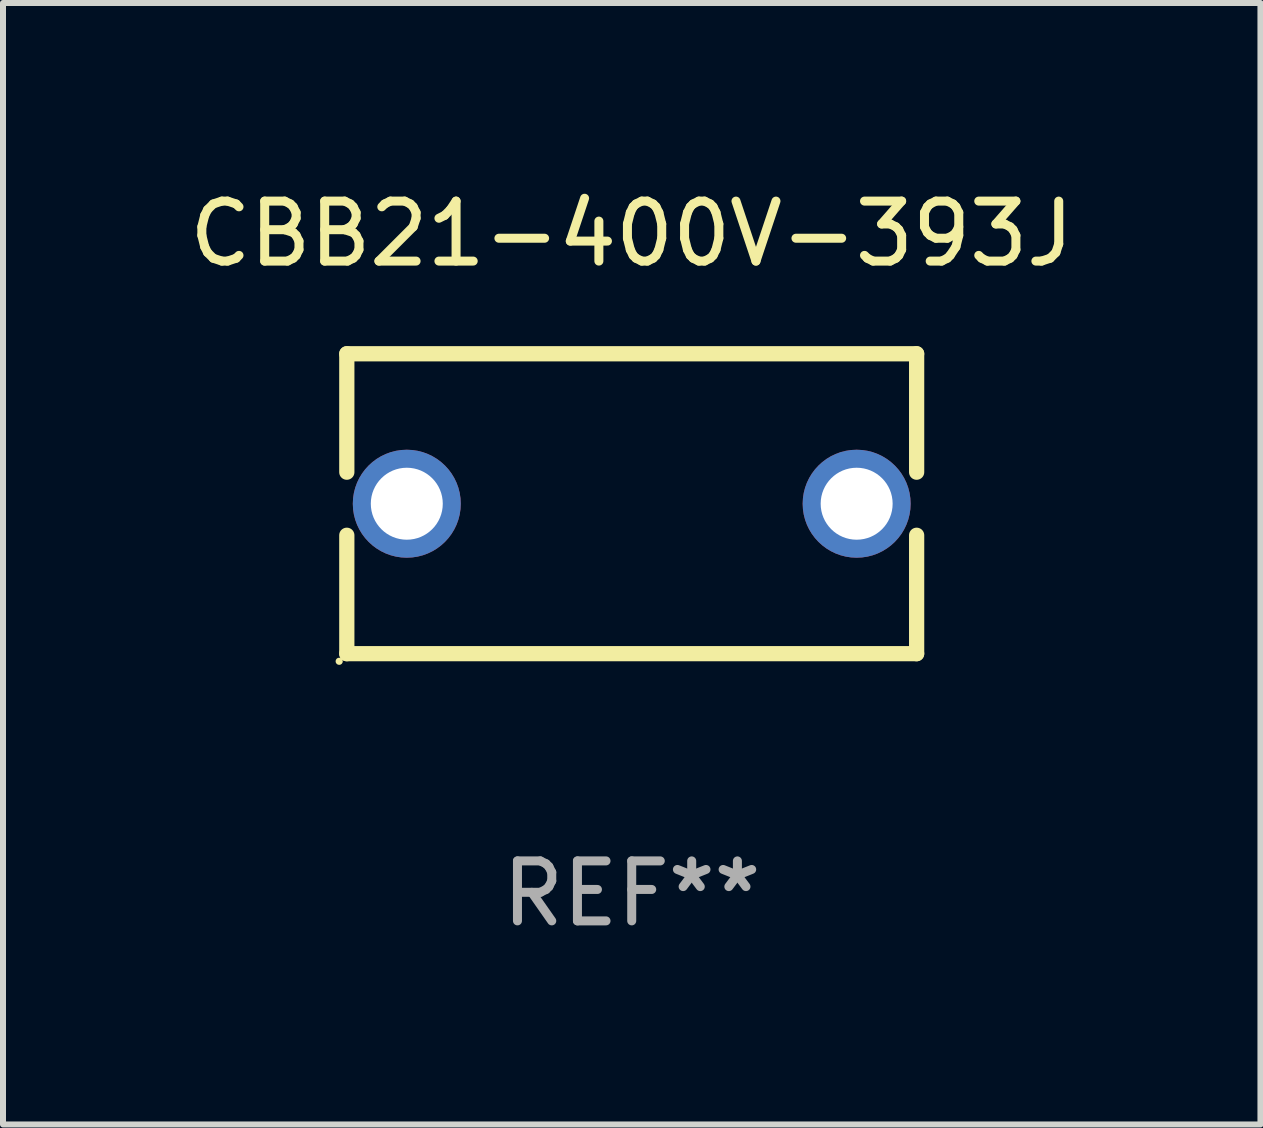
<source format=kicad_pcb>
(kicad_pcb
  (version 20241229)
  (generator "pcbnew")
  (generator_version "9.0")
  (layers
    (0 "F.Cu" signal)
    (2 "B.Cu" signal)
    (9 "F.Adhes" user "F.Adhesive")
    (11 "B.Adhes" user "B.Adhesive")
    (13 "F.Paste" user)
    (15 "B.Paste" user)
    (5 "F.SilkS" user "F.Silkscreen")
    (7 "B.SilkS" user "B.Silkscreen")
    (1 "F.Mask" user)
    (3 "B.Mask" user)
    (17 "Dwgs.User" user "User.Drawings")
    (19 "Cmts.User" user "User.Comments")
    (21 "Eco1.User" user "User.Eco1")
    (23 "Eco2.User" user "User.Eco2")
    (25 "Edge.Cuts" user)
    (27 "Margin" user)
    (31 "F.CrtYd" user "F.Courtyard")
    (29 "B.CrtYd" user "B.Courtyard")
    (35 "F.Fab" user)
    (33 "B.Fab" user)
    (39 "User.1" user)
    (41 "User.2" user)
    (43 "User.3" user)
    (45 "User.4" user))
  (footprint "CBB21-400V-393J"
    (layer "F.Cu")
    (at 7.482 5.348)
    (property "Reference" "CBB21-400V-393J" (at 0 -4.5 0) (layer "F.SilkS") (effects (font (size 1 1) (thickness 0.15))))
    (attr through_hole)
    (fp_line (start -4.75 -2.5) (end -4.75 -0.526) (stroke (width 0.254) (type solid)) (layer "F.SilkS"))
    (fp_line (start -4.75 -2.5) (end 4.75 -2.5) (stroke (width 0.254) (type solid)) (layer "F.SilkS"))
    (fp_line (start -4.75 0.526) (end -4.75 2.5) (stroke (width 0.254) (type solid)) (layer "F.SilkS"))
    (fp_line (start 4.75 2.5) (end -4.75 2.5) (stroke (width 0.254) (type solid)) (layer "F.SilkS"))
    (fp_line (start 4.75 -2.5) (end 4.75 -0.526) (stroke (width 0.254) (type solid)) (layer "F.SilkS"))
    (fp_line (start 4.75 0.526) (end 4.75 2.5) (stroke (width 0.254) (type solid)) (layer "F.SilkS"))
    (fp_circle (center -4.877 2.627) (end -4.847 2.627) (stroke (width 0.06) (type solid)) (fill no) (layer "F.SilkS"))
    (fp_text user "REF**" (at 0 6.5 0) (layer "F.Fab") (effects (font (size 1 1) (thickness 0.15))))
    (pad "1" thru_hole circle (at -3.75 0) (size 1.8 1.8) (drill 1.2) (layers "*.Cu" "*.Mask"))
    (pad "2" thru_hole circle (at 3.75 0) (size 1.8 1.8) (drill 1.2) (layers "*.Cu" "*.Mask")))
  (gr_rect
    (start -3 -3)
    (end 17.964 15.697)
    (stroke (width 0.1) (type default))
    (fill no)
    (layer "Edge.Cuts")))
</source>
